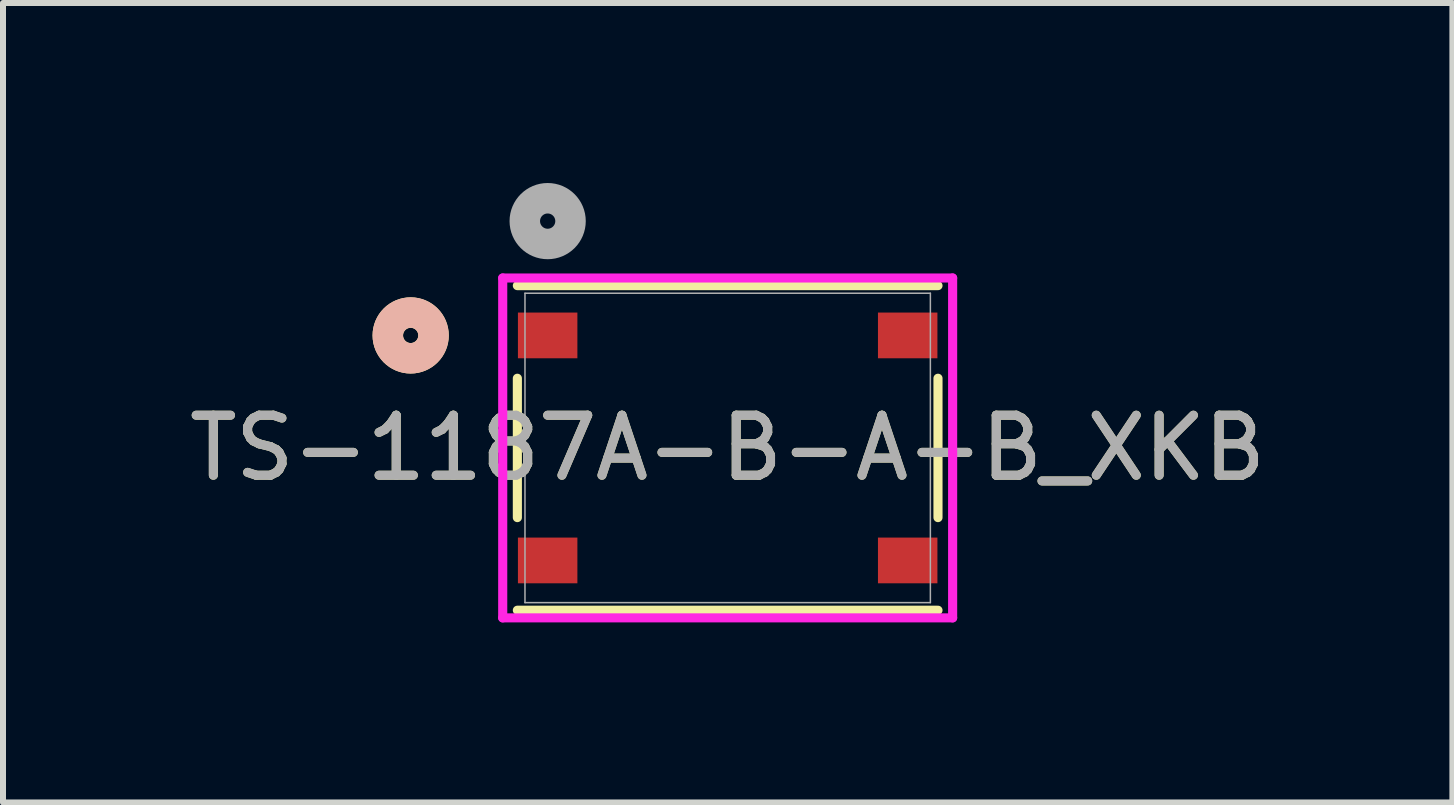
<source format=kicad_pcb>
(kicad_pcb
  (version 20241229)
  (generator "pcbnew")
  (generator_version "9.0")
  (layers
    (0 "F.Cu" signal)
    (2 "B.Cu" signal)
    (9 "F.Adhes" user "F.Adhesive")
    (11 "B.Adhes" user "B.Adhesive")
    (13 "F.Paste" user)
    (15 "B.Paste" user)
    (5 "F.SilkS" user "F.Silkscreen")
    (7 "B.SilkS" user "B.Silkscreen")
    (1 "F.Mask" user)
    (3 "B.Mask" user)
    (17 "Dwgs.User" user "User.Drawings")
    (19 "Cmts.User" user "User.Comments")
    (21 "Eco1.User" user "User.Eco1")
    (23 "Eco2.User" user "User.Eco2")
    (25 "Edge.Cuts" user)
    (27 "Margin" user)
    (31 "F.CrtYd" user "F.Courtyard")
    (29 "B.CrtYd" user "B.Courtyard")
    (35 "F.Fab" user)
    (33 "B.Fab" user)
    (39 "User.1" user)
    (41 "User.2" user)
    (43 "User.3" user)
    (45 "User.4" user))
  (footprint "TS-1187A-B-A-B_XKB"
    (layer "F.Cu")
    (at 9.077 4.415)
    (property "Reference" "TS-1187A-B-A-B_XKB" (at 0 0 0) (unlocked yes) (layer "F.SilkS") (effects (font (size 1 1) (thickness 0.15))))
    (attr smd)
    (fp_line (start -3.505 -1.161) (end -3.505 1.161) (stroke (width 0.152) (type solid)) (layer "F.SilkS"))
    (fp_line (start -3.505 2.705) (end 3.505 2.705) (stroke (width 0.152) (type solid)) (layer "F.SilkS"))
    (fp_line (start 3.505 -2.705) (end -3.505 -2.705) (stroke (width 0.152) (type solid)) (layer "F.SilkS"))
    (fp_line (start 3.505 1.161) (end 3.505 -1.161) (stroke (width 0.152) (type solid)) (layer "F.SilkS"))
    (fp_circle (center -5.283 -1.875) (end -4.902 -1.875) (stroke (width 0.508) (type solid)) (fill no) (layer "F.SilkS"))
    (fp_circle (center -5.283 -1.875) (end -4.902 -1.875) (stroke (width 0.508) (type solid)) (fill no) (layer "B.SilkS"))
    (fp_line (start -3.749 -2.832) (end -3.749 2.832) (stroke (width 0.152) (type solid)) (layer "F.CrtYd"))
    (fp_line (start -3.749 2.832) (end 3.749 2.832) (stroke (width 0.152) (type solid)) (layer "F.CrtYd"))
    (fp_line (start 3.749 -2.832) (end -3.749 -2.832) (stroke (width 0.152) (type solid)) (layer "F.CrtYd"))
    (fp_line (start 3.749 2.832) (end 3.749 -2.832) (stroke (width 0.152) (type solid)) (layer "F.CrtYd"))
    (fp_line (start -3.378 -2.578) (end -3.378 2.578) (stroke (width 0.025) (type solid)) (layer "F.Fab"))
    (fp_line (start -3.378 2.578) (end 3.378 2.578) (stroke (width 0.025) (type solid)) (layer "F.Fab"))
    (fp_line (start 3.378 -2.578) (end -3.378 -2.578) (stroke (width 0.025) (type solid)) (layer "F.Fab"))
    (fp_line (start 3.378 2.578) (end 3.378 -2.578) (stroke (width 0.025) (type solid)) (layer "F.Fab"))
    (fp_circle (center -3 -3.78) (end -2.619 -3.78) (stroke (width 0.508) (type solid)) (fill no) (layer "F.Fab"))
    (fp_text user "${REFERENCE}" (at 0 0 0) (unlocked yes) (layer "F.Fab") (effects (font (size 1 1) (thickness 0.15))))
    (pad "1" smd rect (at -3 -1.875) (size 0.991 0.762) (layers "F.Cu" "F.Mask" "F.Paste"))
    (pad "2" smd rect (at 3 -1.875) (size 0.991 0.762) (layers "F.Cu" "F.Mask" "F.Paste"))
    (pad "3" smd rect (at -3 1.875) (size 0.991 0.762) (layers "F.Cu" "F.Mask" "F.Paste"))
    (pad "4" smd rect (at 3 1.875) (size 0.991 0.762) (layers "F.Cu" "F.Mask" "F.Paste")))
  (gr_rect
    (start -3 -3)
    (end 21.155 10.323)
    (stroke (width 0.1) (type default))
    (fill no)
    (layer "Edge.Cuts")))
</source>
